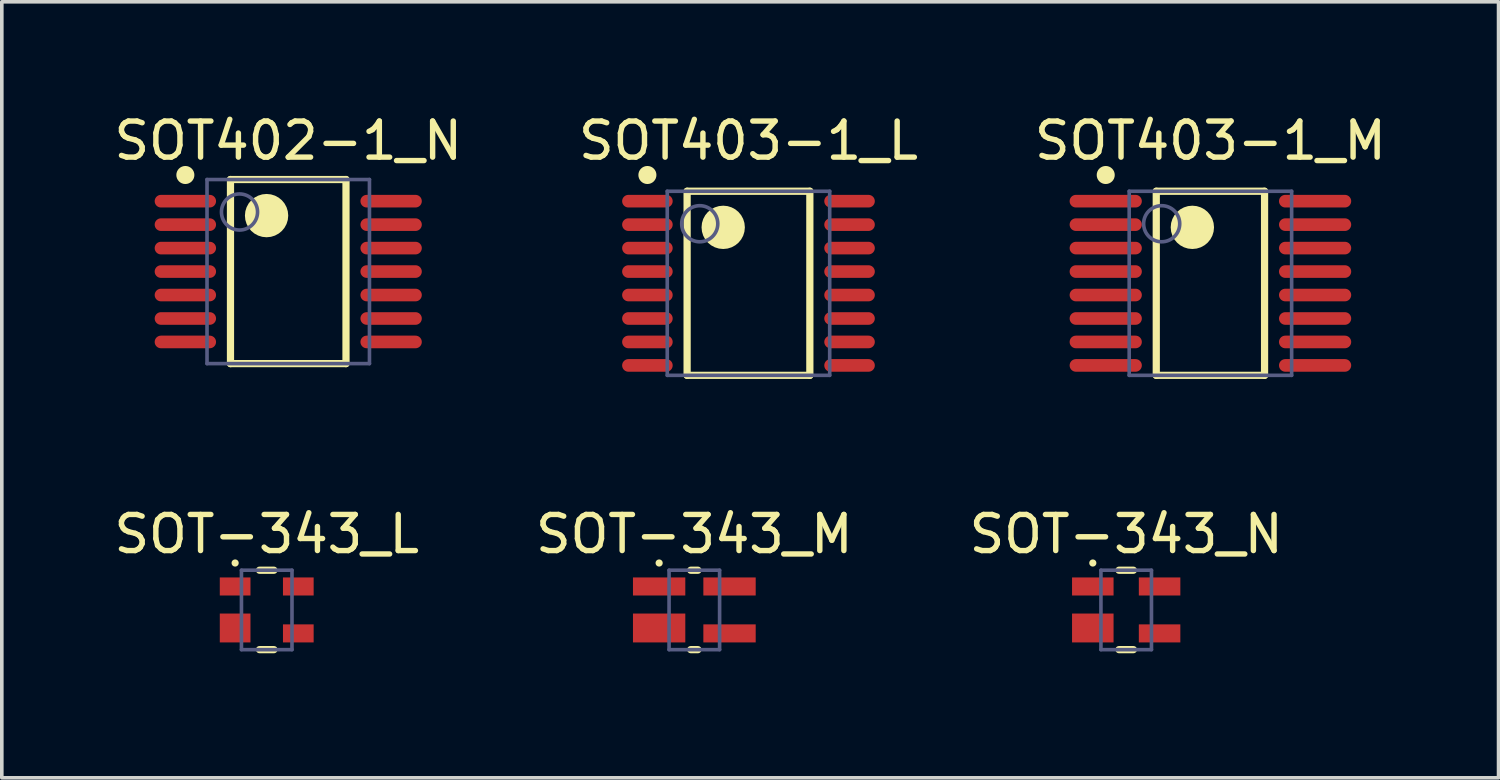
<source format=kicad_pcb>
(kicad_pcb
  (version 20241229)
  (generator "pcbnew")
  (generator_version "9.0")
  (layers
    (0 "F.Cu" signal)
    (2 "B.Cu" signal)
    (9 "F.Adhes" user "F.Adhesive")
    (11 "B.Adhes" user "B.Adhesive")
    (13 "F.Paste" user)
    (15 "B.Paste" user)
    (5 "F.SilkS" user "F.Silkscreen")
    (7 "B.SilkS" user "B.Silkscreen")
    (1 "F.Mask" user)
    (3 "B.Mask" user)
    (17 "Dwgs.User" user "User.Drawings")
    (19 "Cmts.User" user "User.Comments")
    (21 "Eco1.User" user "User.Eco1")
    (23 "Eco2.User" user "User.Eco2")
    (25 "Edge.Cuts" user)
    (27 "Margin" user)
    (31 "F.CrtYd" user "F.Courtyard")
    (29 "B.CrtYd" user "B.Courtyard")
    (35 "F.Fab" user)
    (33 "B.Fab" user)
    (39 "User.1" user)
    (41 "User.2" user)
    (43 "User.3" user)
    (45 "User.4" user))
  (footprint "SOT402-1_N"
    (layer "F.Cu")
    (at 4.935 4.473)
    (property "Reference" "SOT402-1_N" (at 0 -3.625 0) (layer "F.SilkS") (effects (font (size 1 1) (thickness 0.15))))
    (fp_line (start -1.6 -2.55) (end 1.6 -2.55) (stroke (width 0.2) (type solid)) (layer "F.SilkS"))
    (fp_line (start -1.6 2.55) (end -1.6 -2.55) (stroke (width 0.2) (type solid)) (layer "F.SilkS"))
    (fp_line (start -1.6 2.55) (end 1.6 2.55) (stroke (width 0.2) (type solid)) (layer "F.SilkS"))
    (fp_line (start 1.6 2.55) (end 1.6 -2.55) (stroke (width 0.2) (type solid)) (layer "F.SilkS"))
    (fp_circle (center -2.85 -2.675) (end -2.85 -2.8) (stroke (width 0.25) (type solid)) (fill no) (layer "F.SilkS"))
    (fp_circle (center -0.6 -1.55) (end -0.6 -1.85) (stroke (width 0.6) (type solid)) (fill no) (layer "F.SilkS"))
    (fp_line (start -3.95 -2.8) (end 3.95 -2.8) (stroke (width 0.1) (type solid)) (layer "Eco2.User"))
    (fp_line (start -3.95 2.8) (end -3.95 -2.8) (stroke (width 0.1) (type solid)) (layer "Eco2.User"))
    (fp_line (start -3.95 2.8) (end 3.95 2.8) (stroke (width 0.1) (type solid)) (layer "Eco2.User"))
    (fp_line (start -0.5 0) (end 0.5 0) (stroke (width 0.1) (type solid)) (layer "Eco2.User"))
    (fp_line (start 0 0.5) (end 0 -0.5) (stroke (width 0.1) (type solid)) (layer "Eco2.User"))
    (fp_line (start 3.95 2.8) (end 3.95 -2.8) (stroke (width 0.1) (type solid)) (layer "Eco2.User"))
    (fp_line (start -2.25 -2.55) (end 2.25 -2.55) (stroke (width 0.1) (type solid)) (layer "B.Fab"))
    (fp_line (start -2.25 2.55) (end -2.25 -2.55) (stroke (width 0.1) (type solid)) (layer "B.Fab"))
    (fp_line (start -2.25 2.55) (end 2.25 2.55) (stroke (width 0.1) (type solid)) (layer "B.Fab"))
    (fp_line (start 2.25 2.55) (end 2.25 -2.55) (stroke (width 0.1) (type solid)) (layer "B.Fab"))
    (fp_circle (center -1.35 -1.65) (end -1.35 -2.15) (stroke (width 0.1) (type solid)) (fill no) (layer "B.Fab"))
    (pad "1" smd oval (at -2.85 -1.95 90) (size 0.35 1.7) (layers "F.Cu" "F.Mask" "F.Paste"))
    (pad "2" smd oval (at -2.85 -1.3 90) (size 0.35 1.7) (layers "F.Cu" "F.Mask" "F.Paste"))
    (pad "3" smd oval (at -2.85 -0.65 90) (size 0.35 1.7) (layers "F.Cu" "F.Mask" "F.Paste"))
    (pad "4" smd oval (at -2.85 0 90) (size 0.35 1.7) (layers "F.Cu" "F.Mask" "F.Paste"))
    (pad "5" smd oval (at -2.85 0.65 90) (size 0.35 1.7) (layers "F.Cu" "F.Mask" "F.Paste"))
    (pad "6" smd oval (at -2.85 1.3 90) (size 0.35 1.7) (layers "F.Cu" "F.Mask" "F.Paste"))
    (pad "7" smd oval (at -2.85 1.95 90) (size 0.35 1.7) (layers "F.Cu" "F.Mask" "F.Paste"))
    (pad "8" smd oval (at 2.85 1.95 90) (size 0.35 1.7) (layers "F.Cu" "F.Mask" "F.Paste"))
    (pad "9" smd oval (at 2.85 1.3 90) (size 0.35 1.7) (layers "F.Cu" "F.Mask" "F.Paste"))
    (pad "10" smd oval (at 2.85 0.65 90) (size 0.35 1.7) (layers "F.Cu" "F.Mask" "F.Paste"))
    (pad "11" smd oval (at 2.85 0 90) (size 0.35 1.7) (layers "F.Cu" "F.Mask" "F.Paste"))
    (pad "12" smd oval (at 2.85 -0.65 90) (size 0.35 1.7) (layers "F.Cu" "F.Mask" "F.Paste"))
    (pad "13" smd oval (at 2.85 -1.3 90) (size 0.35 1.7) (layers "F.Cu" "F.Mask" "F.Paste"))
    (pad "14" smd oval (at 2.85 -1.95 90) (size 0.35 1.7) (layers "F.Cu" "F.Mask" "F.Paste")))
  (footprint "SOT403-1_M"
    (layer "F.Cu")
    (at 30.482 4.798)
    (property "Reference" "SOT403-1_M" (at 0 -3.95 0) (layer "F.SilkS") (effects (font (size 1 1) (thickness 0.15))))
    (fp_line (start -1.5 -2.55) (end 1.5 -2.55) (stroke (width 0.2) (type solid)) (layer "F.SilkS"))
    (fp_line (start -1.5 2.55) (end -1.5 -2.55) (stroke (width 0.2) (type solid)) (layer "F.SilkS"))
    (fp_line (start -1.5 2.55) (end 1.5 2.55) (stroke (width 0.2) (type solid)) (layer "F.SilkS"))
    (fp_line (start 1.5 2.55) (end 1.5 -2.55) (stroke (width 0.2) (type solid)) (layer "F.SilkS"))
    (fp_circle (center -2.9 -3) (end -2.9 -3.125) (stroke (width 0.25) (type solid)) (fill no) (layer "F.SilkS"))
    (fp_circle (center -0.5 -1.55) (end -0.5 -1.85) (stroke (width 0.6) (type solid)) (fill no) (layer "F.SilkS"))
    (fp_line (start -4.4 -3.05) (end 4.4 -3.05) (stroke (width 0.1) (type solid)) (layer "Eco2.User"))
    (fp_line (start -4.4 3.05) (end -4.4 -3.05) (stroke (width 0.1) (type solid)) (layer "Eco2.User"))
    (fp_line (start -4.4 3.05) (end 4.4 3.05) (stroke (width 0.1) (type solid)) (layer "Eco2.User"))
    (fp_line (start -0.5 0) (end 0.5 0) (stroke (width 0.1) (type solid)) (layer "Eco2.User"))
    (fp_line (start 0 0.5) (end 0 -0.5) (stroke (width 0.1) (type solid)) (layer "Eco2.User"))
    (fp_line (start 4.4 3.05) (end 4.4 -3.05) (stroke (width 0.1) (type solid)) (layer "Eco2.User"))
    (fp_line (start -2.25 -2.55) (end 2.25 -2.55) (stroke (width 0.1) (type solid)) (layer "B.Fab"))
    (fp_line (start -2.25 2.55) (end -2.25 -2.55) (stroke (width 0.1) (type solid)) (layer "B.Fab"))
    (fp_line (start -2.25 2.55) (end 2.25 2.55) (stroke (width 0.1) (type solid)) (layer "B.Fab"))
    (fp_line (start 2.25 2.55) (end 2.25 -2.55) (stroke (width 0.1) (type solid)) (layer "B.Fab"))
    (fp_circle (center -1.35 -1.65) (end -1.35 -2.15) (stroke (width 0.1) (type solid)) (fill no) (layer "B.Fab"))
    (pad "1" smd oval (at -2.9 -2.275 90) (size 0.35 2) (layers "F.Cu" "F.Mask" "F.Paste"))
    (pad "2" smd oval (at -2.9 -1.625 90) (size 0.35 2) (layers "F.Cu" "F.Mask" "F.Paste"))
    (pad "3" smd oval (at -2.9 -0.975 90) (size 0.35 2) (layers "F.Cu" "F.Mask" "F.Paste"))
    (pad "4" smd oval (at -2.9 -0.325 90) (size 0.35 2) (layers "F.Cu" "F.Mask" "F.Paste"))
    (pad "5" smd oval (at -2.9 0.325 90) (size 0.35 2) (layers "F.Cu" "F.Mask" "F.Paste"))
    (pad "6" smd oval (at -2.9 0.975 90) (size 0.35 2) (layers "F.Cu" "F.Mask" "F.Paste"))
    (pad "7" smd oval (at -2.9 1.625 90) (size 0.35 2) (layers "F.Cu" "F.Mask" "F.Paste"))
    (pad "8" smd oval (at -2.9 2.275 90) (size 0.35 2) (layers "F.Cu" "F.Mask" "F.Paste"))
    (pad "9" smd oval (at 2.9 2.275 90) (size 0.35 2) (layers "F.Cu" "F.Mask" "F.Paste"))
    (pad "10" smd oval (at 2.9 1.625 90) (size 0.35 2) (layers "F.Cu" "F.Mask" "F.Paste"))
    (pad "11" smd oval (at 2.9 0.975 90) (size 0.35 2) (layers "F.Cu" "F.Mask" "F.Paste"))
    (pad "12" smd oval (at 2.9 0.325 90) (size 0.35 2) (layers "F.Cu" "F.Mask" "F.Paste"))
    (pad "13" smd oval (at 2.9 -0.325 90) (size 0.35 2) (layers "F.Cu" "F.Mask" "F.Paste"))
    (pad "14" smd oval (at 2.9 -0.975 90) (size 0.35 2) (layers "F.Cu" "F.Mask" "F.Paste"))
    (pad "15" smd oval (at 2.9 -1.625 90) (size 0.35 2) (layers "F.Cu" "F.Mask" "F.Paste"))
    (pad "16" smd oval (at 2.9 -2.275 90) (size 0.35 2) (layers "F.Cu" "F.Mask" "F.Paste")))
  (footprint "SOT-343_N"
    (layer "F.Cu")
    (at 28.149 13.847)
    (property "Reference" "SOT-343_N" (at 0 -2.1 0) (layer "F.SilkS") (effects (font (size 1 1) (thickness 0.15))))
    (fp_line (start -0.2 -1.1) (end 0.2 -1.1) (stroke (width 0.2) (type solid)) (layer "F.SilkS"))
    (fp_line (start -0.2 1.1) (end 0.2 1.1) (stroke (width 0.2) (type solid)) (layer "F.SilkS"))
    (fp_circle (center -0.925 -1.3) (end -0.925 -1.35) (stroke (width 0.1) (type solid)) (fill no) (layer "F.SilkS"))
    (fp_line (start -1.75 -1.35) (end 1.75 -1.35) (stroke (width 0.1) (type solid)) (layer "Eco2.User"))
    (fp_line (start -1.75 1.35) (end -1.75 -1.35) (stroke (width 0.1) (type solid)) (layer "Eco2.User"))
    (fp_line (start -1.75 1.35) (end 1.75 1.35) (stroke (width 0.1) (type solid)) (layer "Eco2.User"))
    (fp_line (start -0.5 0) (end 0.5 0) (stroke (width 0.1) (type solid)) (layer "Eco2.User"))
    (fp_line (start 0 0.5) (end 0 -0.5) (stroke (width 0.1) (type solid)) (layer "Eco2.User"))
    (fp_line (start 1.75 1.35) (end 1.75 -1.35) (stroke (width 0.1) (type solid)) (layer "Eco2.User"))
    (fp_line (start -0.7 -1.1) (end 0.7 -1.1) (stroke (width 0.1) (type solid)) (layer "B.Fab"))
    (fp_line (start -0.7 1.1) (end -0.7 -1.1) (stroke (width 0.1) (type solid)) (layer "B.Fab"))
    (fp_line (start -0.7 1.1) (end 0.7 1.1) (stroke (width 0.1) (type solid)) (layer "B.Fab"))
    (fp_line (start 0.7 1.1) (end 0.7 -1.1) (stroke (width 0.1) (type solid)) (layer "B.Fab"))
    (pad "1" smd rect (at -0.925 -0.65 90) (size 0.5 1.15) (layers "F.Cu" "F.Mask" "F.Paste"))
    (pad "2" smd rect (at -0.925 0.5 90) (size 0.8 1.15) (layers "F.Cu" "F.Mask" "F.Paste"))
    (pad "3" smd rect (at 0.925 0.65 90) (size 0.5 1.15) (layers "F.Cu" "F.Mask" "F.Paste"))
    (pad "4" smd rect (at 0.925 -0.65 90) (size 0.5 1.15) (layers "F.Cu" "F.Mask" "F.Paste")))
  (footprint "SOT-343_M"
    (layer "F.Cu")
    (at 16.185 13.847)
    (property "Reference" "SOT-343_M" (at 0 -2.1 0) (layer "F.SilkS") (effects (font (size 1 1) (thickness 0.15))))
    (fp_line (start -0.1 -1.1) (end 0.1 -1.1) (stroke (width 0.2) (type solid)) (layer "F.SilkS"))
    (fp_line (start -0.1 1.1) (end 0.1 1.1) (stroke (width 0.2) (type solid)) (layer "F.SilkS"))
    (fp_circle (center -0.975 -1.3) (end -0.975 -1.35) (stroke (width 0.1) (type solid)) (fill no) (layer "F.SilkS"))
    (fp_line (start -2.2 -1.6) (end 2.2 -1.6) (stroke (width 0.1) (type solid)) (layer "Eco2.User"))
    (fp_line (start -2.2 1.6) (end -2.2 -1.6) (stroke (width 0.1) (type solid)) (layer "Eco2.User"))
    (fp_line (start -2.2 1.6) (end 2.2 1.6) (stroke (width 0.1) (type solid)) (layer "Eco2.User"))
    (fp_line (start -0.5 0) (end 0.5 0) (stroke (width 0.1) (type solid)) (layer "Eco2.User"))
    (fp_line (start 0 0.5) (end 0 -0.5) (stroke (width 0.1) (type solid)) (layer "Eco2.User"))
    (fp_line (start 2.2 1.6) (end 2.2 -1.6) (stroke (width 0.1) (type solid)) (layer "Eco2.User"))
    (fp_line (start -0.7 -1.1) (end 0.7 -1.1) (stroke (width 0.1) (type solid)) (layer "B.Fab"))
    (fp_line (start -0.7 1.1) (end -0.7 -1.1) (stroke (width 0.1) (type solid)) (layer "B.Fab"))
    (fp_line (start -0.7 1.1) (end 0.7 1.1) (stroke (width 0.1) (type solid)) (layer "B.Fab"))
    (fp_line (start 0.7 1.1) (end 0.7 -1.1) (stroke (width 0.1) (type solid)) (layer "B.Fab"))
    (pad "1" smd rect (at -0.975 -0.65 90) (size 0.5 1.45) (layers "F.Cu" "F.Mask" "F.Paste"))
    (pad "2" smd rect (at -0.975 0.5 90) (size 0.8 1.45) (layers "F.Cu" "F.Mask" "F.Paste"))
    (pad "3" smd rect (at 0.975 0.65 90) (size 0.5 1.45) (layers "F.Cu" "F.Mask" "F.Paste"))
    (pad "4" smd rect (at 0.975 -0.65 90) (size 0.5 1.45) (layers "F.Cu" "F.Mask" "F.Paste")))
  (footprint "SOT403-1_L"
    (layer "F.Cu")
    (at 17.685 4.798)
    (property "Reference" "SOT403-1_L" (at 0 -3.95 0) (layer "F.SilkS") (effects (font (size 1 1) (thickness 0.15))))
    (fp_line (start -1.7 -2.55) (end 1.7 -2.55) (stroke (width 0.2) (type solid)) (layer "F.SilkS"))
    (fp_line (start -1.7 2.55) (end -1.7 -2.55) (stroke (width 0.2) (type solid)) (layer "F.SilkS"))
    (fp_line (start -1.7 2.55) (end 1.7 2.55) (stroke (width 0.2) (type solid)) (layer "F.SilkS"))
    (fp_line (start 1.7 2.55) (end 1.7 -2.55) (stroke (width 0.2) (type solid)) (layer "F.SilkS"))
    (fp_circle (center -2.8 -3) (end -2.8 -3.125) (stroke (width 0.25) (type solid)) (fill no) (layer "F.SilkS"))
    (fp_circle (center -0.7 -1.55) (end -0.7 -1.85) (stroke (width 0.6) (type solid)) (fill no) (layer "F.SilkS"))
    (fp_line (start -3.6 -2.65) (end 3.6 -2.65) (stroke (width 0.1) (type solid)) (layer "Eco2.User"))
    (fp_line (start -3.6 2.65) (end -3.6 -2.65) (stroke (width 0.1) (type solid)) (layer "Eco2.User"))
    (fp_line (start -3.6 2.65) (end 3.6 2.65) (stroke (width 0.1) (type solid)) (layer "Eco2.User"))
    (fp_line (start -0.5 0) (end 0.5 0) (stroke (width 0.1) (type solid)) (layer "Eco2.User"))
    (fp_line (start 0 0.5) (end 0 -0.5) (stroke (width 0.1) (type solid)) (layer "Eco2.User"))
    (fp_line (start 3.6 2.65) (end 3.6 -2.65) (stroke (width 0.1) (type solid)) (layer "Eco2.User"))
    (fp_line (start -2.25 -2.55) (end 2.25 -2.55) (stroke (width 0.1) (type solid)) (layer "B.Fab"))
    (fp_line (start -2.25 2.55) (end -2.25 -2.55) (stroke (width 0.1) (type solid)) (layer "B.Fab"))
    (fp_line (start -2.25 2.55) (end 2.25 2.55) (stroke (width 0.1) (type solid)) (layer "B.Fab"))
    (fp_line (start 2.25 2.55) (end 2.25 -2.55) (stroke (width 0.1) (type solid)) (layer "B.Fab"))
    (fp_circle (center -1.35 -1.65) (end -1.35 -2.15) (stroke (width 0.1) (type solid)) (fill no) (layer "B.Fab"))
    (pad "1" smd oval (at -2.8 -2.275 90) (size 0.35 1.4) (layers "F.Cu" "F.Mask" "F.Paste"))
    (pad "2" smd oval (at -2.8 -1.625 90) (size 0.35 1.4) (layers "F.Cu" "F.Mask" "F.Paste"))
    (pad "3" smd oval (at -2.8 -0.975 90) (size 0.35 1.4) (layers "F.Cu" "F.Mask" "F.Paste"))
    (pad "4" smd oval (at -2.8 -0.325 90) (size 0.35 1.4) (layers "F.Cu" "F.Mask" "F.Paste"))
    (pad "5" smd oval (at -2.8 0.325 90) (size 0.35 1.4) (layers "F.Cu" "F.Mask" "F.Paste"))
    (pad "6" smd oval (at -2.8 0.975 90) (size 0.35 1.4) (layers "F.Cu" "F.Mask" "F.Paste"))
    (pad "7" smd oval (at -2.8 1.625 90) (size 0.35 1.4) (layers "F.Cu" "F.Mask" "F.Paste"))
    (pad "8" smd oval (at -2.8 2.275 90) (size 0.35 1.4) (layers "F.Cu" "F.Mask" "F.Paste"))
    (pad "9" smd oval (at 2.8 2.275 90) (size 0.35 1.4) (layers "F.Cu" "F.Mask" "F.Paste"))
    (pad "10" smd oval (at 2.8 1.625 90) (size 0.35 1.4) (layers "F.Cu" "F.Mask" "F.Paste"))
    (pad "11" smd oval (at 2.8 0.975 90) (size 0.35 1.4) (layers "F.Cu" "F.Mask" "F.Paste"))
    (pad "12" smd oval (at 2.8 0.325 90) (size 0.35 1.4) (layers "F.Cu" "F.Mask" "F.Paste"))
    (pad "13" smd oval (at 2.8 -0.325 90) (size 0.35 1.4) (layers "F.Cu" "F.Mask" "F.Paste"))
    (pad "14" smd oval (at 2.8 -0.975 90) (size 0.35 1.4) (layers "F.Cu" "F.Mask" "F.Paste"))
    (pad "15" smd oval (at 2.8 -1.625 90) (size 0.35 1.4) (layers "F.Cu" "F.Mask" "F.Paste"))
    (pad "16" smd oval (at 2.8 -2.275 90) (size 0.35 1.4) (layers "F.Cu" "F.Mask" "F.Paste")))
  (footprint "SOT-343_L"
    (layer "F.Cu")
    (at 4.339 13.847)
    (property "Reference" "SOT-343_L" (at 0 -2.1 0) (layer "F.SilkS") (effects (font (size 1 1) (thickness 0.15))))
    (fp_line (start -0.2 -1.1) (end 0.2 -1.1) (stroke (width 0.2) (type solid)) (layer "F.SilkS"))
    (fp_line (start -0.2 1.1) (end 0.2 1.1) (stroke (width 0.2) (type solid)) (layer "F.SilkS"))
    (fp_circle (center -0.875 -1.3) (end -0.875 -1.35) (stroke (width 0.1) (type solid)) (fill no) (layer "F.SilkS"))
    (fp_line (start -1.4 -1.2) (end 1.4 -1.2) (stroke (width 0.1) (type solid)) (layer "Eco2.User"))
    (fp_line (start -1.4 1.2) (end -1.4 -1.2) (stroke (width 0.1) (type solid)) (layer "Eco2.User"))
    (fp_line (start -1.4 1.2) (end 1.4 1.2) (stroke (width 0.1) (type solid)) (layer "Eco2.User"))
    (fp_line (start -0.5 0) (end 0.5 0) (stroke (width 0.1) (type solid)) (layer "Eco2.User"))
    (fp_line (start 0 0.5) (end 0 -0.5) (stroke (width 0.1) (type solid)) (layer "Eco2.User"))
    (fp_line (start 1.4 1.2) (end 1.4 -1.2) (stroke (width 0.1) (type solid)) (layer "Eco2.User"))
    (fp_line (start -0.7 -1.1) (end 0.7 -1.1) (stroke (width 0.1) (type solid)) (layer "B.Fab"))
    (fp_line (start -0.7 1.1) (end -0.7 -1.1) (stroke (width 0.1) (type solid)) (layer "B.Fab"))
    (fp_line (start -0.7 1.1) (end 0.7 1.1) (stroke (width 0.1) (type solid)) (layer "B.Fab"))
    (fp_line (start 0.7 1.1) (end 0.7 -1.1) (stroke (width 0.1) (type solid)) (layer "B.Fab"))
    (pad "1" smd rect (at -0.875 -0.65 90) (size 0.5 0.85) (layers "F.Cu" "F.Mask" "F.Paste"))
    (pad "2" smd rect (at -0.875 0.5 90) (size 0.8 0.85) (layers "F.Cu" "F.Mask" "F.Paste"))
    (pad "3" smd rect (at 0.875 0.65 90) (size 0.5 0.85) (layers "F.Cu" "F.Mask" "F.Paste"))
    (pad "4" smd rect (at 0.875 -0.65 90) (size 0.5 0.85) (layers "F.Cu" "F.Mask" "F.Paste")))
  (gr_rect
    (start -3 -3)
    (end 38.464 18.497)
    (stroke (width 0.1) (type default))
    (fill no)
    (layer "Edge.Cuts")))
</source>
